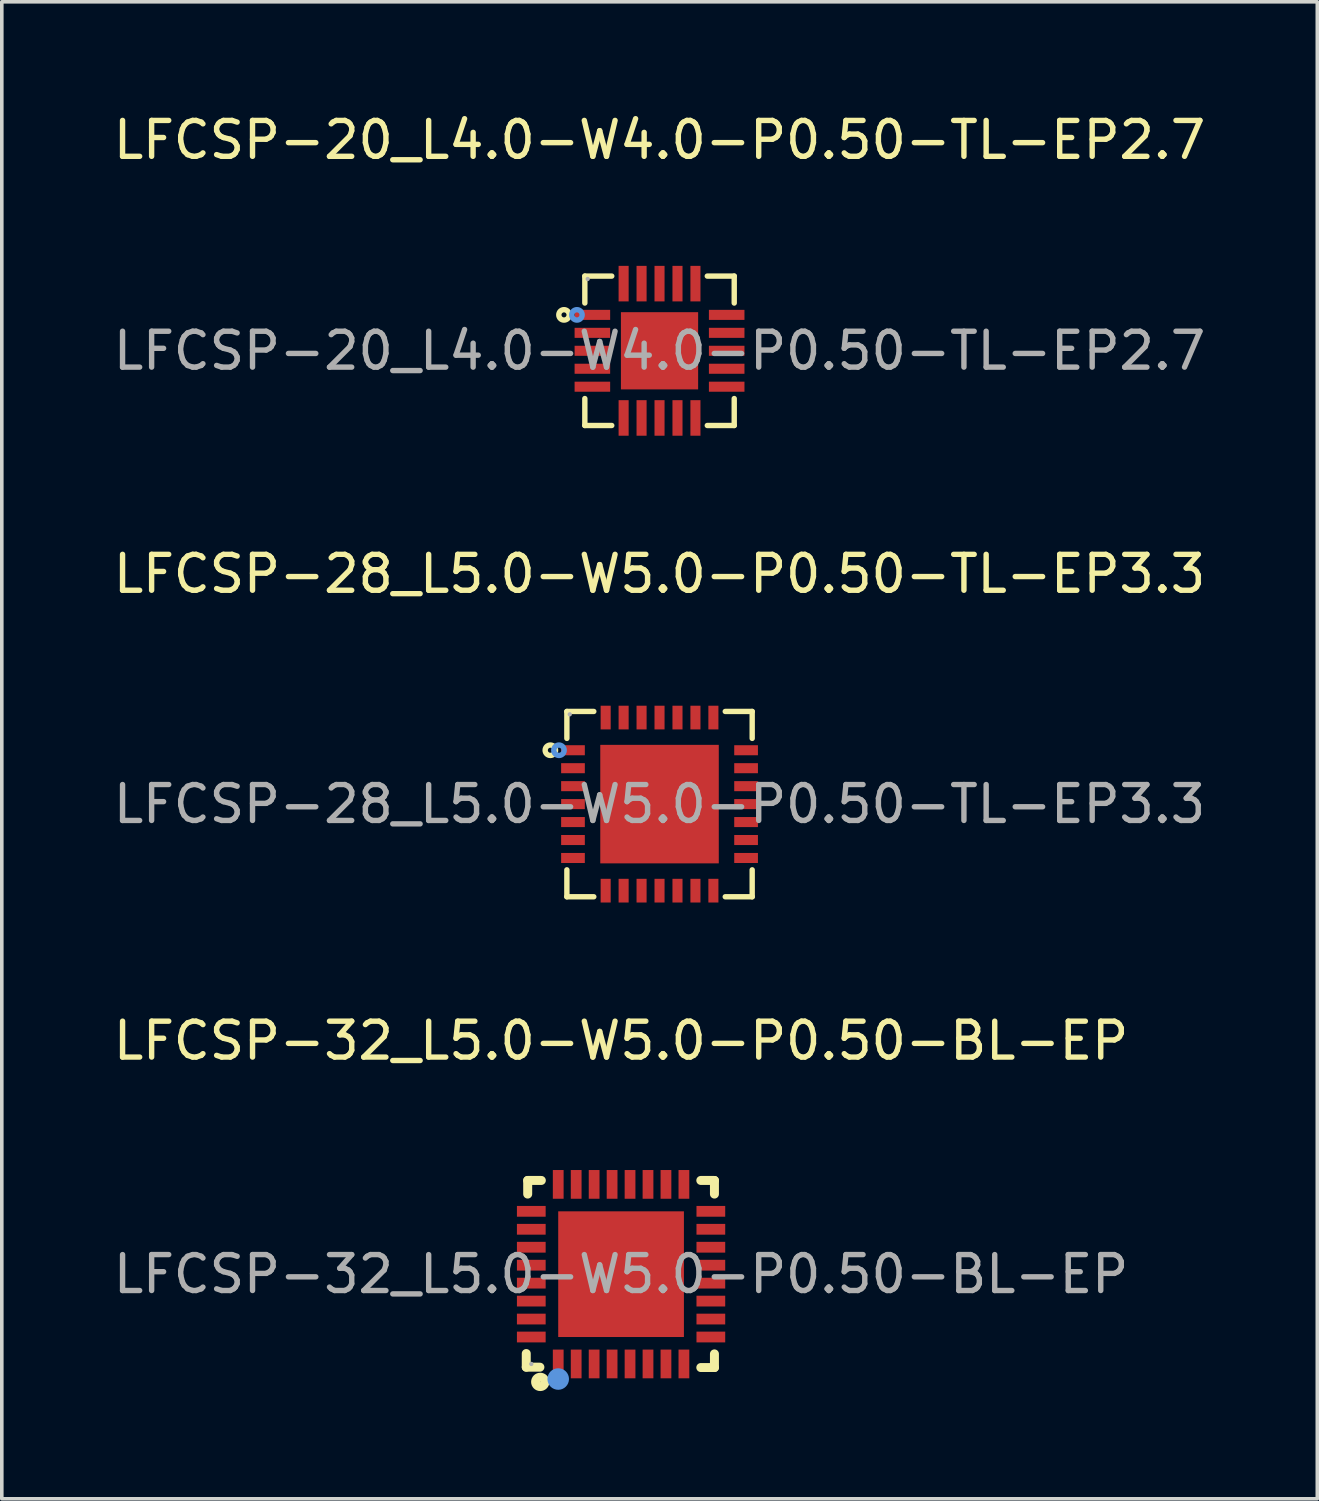
<source format=kicad_pcb>
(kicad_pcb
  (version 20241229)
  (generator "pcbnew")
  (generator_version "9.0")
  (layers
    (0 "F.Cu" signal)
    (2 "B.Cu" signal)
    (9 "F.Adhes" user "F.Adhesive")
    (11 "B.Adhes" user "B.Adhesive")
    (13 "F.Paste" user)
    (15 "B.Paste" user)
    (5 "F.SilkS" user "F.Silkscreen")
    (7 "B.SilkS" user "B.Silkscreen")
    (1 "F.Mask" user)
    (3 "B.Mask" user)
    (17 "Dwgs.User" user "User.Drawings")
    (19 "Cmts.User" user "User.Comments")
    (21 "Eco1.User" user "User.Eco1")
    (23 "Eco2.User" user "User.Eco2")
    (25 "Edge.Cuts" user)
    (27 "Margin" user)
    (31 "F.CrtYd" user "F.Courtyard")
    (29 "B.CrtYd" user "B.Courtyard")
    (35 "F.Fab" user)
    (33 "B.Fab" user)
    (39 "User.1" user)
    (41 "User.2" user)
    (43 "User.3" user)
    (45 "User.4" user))
  (footprint "LFCSP-32_L5.0-W5.0-P0.50-BL-EP"
    (layer "F.Cu")
    (at 14.244 32.43)
    (property "Reference" "LFCSP-32_L5.0-W5.0-P0.50-BL-EP" (at 0 -6.5 0) (layer "F.SilkS") (effects (font (size 1 1) (thickness 0.15))))
    (attr through_hole)
    (fp_line (start -2.64 2.21) (end -2.64 2.59) (stroke (width 0.25) (type solid)) (layer "F.SilkS"))
    (fp_line (start -2.64 2.59) (end -2.26 2.59) (stroke (width 0.25) (type solid)) (layer "F.SilkS"))
    (fp_line (start -2.6 -2.61) (end -2.6 -2.23) (stroke (width 0.25) (type solid)) (layer "F.SilkS"))
    (fp_line (start -2.22 -2.61) (end -2.6 -2.61) (stroke (width 0.25) (type solid)) (layer "F.SilkS"))
    (fp_line (start 2.22 2.6) (end 2.6 2.6) (stroke (width 0.25) (type solid)) (layer "F.SilkS"))
    (fp_line (start 2.6 -2.61) (end 2.22 -2.61) (stroke (width 0.25) (type solid)) (layer "F.SilkS"))
    (fp_line (start 2.6 -2.23) (end 2.6 -2.61) (stroke (width 0.25) (type solid)) (layer "F.SilkS"))
    (fp_line (start 2.6 2.6) (end 2.6 2.22) (stroke (width 0.25) (type solid)) (layer "F.SilkS"))
    (fp_circle (center -2.25 3) (end -2.12 3) (stroke (width 0.25) (type solid)) (fill no) (layer "F.SilkS"))
    (fp_circle (center -1.75 2.92) (end -1.6 2.92) (stroke (width 0.3) (type solid)) (fill no) (layer "Cmts.User"))
    (fp_circle (center -2.5 2.5) (end -2.47 2.5) (stroke (width 0.06) (type solid)) (fill no) (layer "F.Fab"))
    (fp_text user "${REFERENCE}" (at 0 0 0) (layer "F.Fab") (effects (font (size 1 1) (thickness 0.15))))
    (pad "1" smd rect (at -1.75 2.5 90) (size 0.8 0.3) (layers "F.Cu" "F.Mask" "F.Paste"))
    (pad "2" smd rect (at -1.25 2.5 90) (size 0.8 0.3) (layers "F.Cu" "F.Mask" "F.Paste"))
    (pad "3" smd rect (at -0.75 2.5 90) (size 0.8 0.3) (layers "F.Cu" "F.Mask" "F.Paste"))
    (pad "4" smd rect (at -0.25 2.5 90) (size 0.8 0.3) (layers "F.Cu" "F.Mask" "F.Paste"))
    (pad "5" smd rect (at 0.25 2.5 90) (size 0.8 0.3) (layers "F.Cu" "F.Mask" "F.Paste"))
    (pad "6" smd rect (at 0.75 2.5 90) (size 0.8 0.3) (layers "F.Cu" "F.Mask" "F.Paste"))
    (pad "7" smd rect (at 1.25 2.5 90) (size 0.8 0.3) (layers "F.Cu" "F.Mask" "F.Paste"))
    (pad "8" smd rect (at 1.75 2.5 90) (size 0.8 0.3) (layers "F.Cu" "F.Mask" "F.Paste"))
    (pad "9" smd rect (at 2.5 1.75 180) (size 0.8 0.3) (layers "F.Cu" "F.Mask" "F.Paste"))
    (pad "10" smd rect (at 2.5 1.25 180) (size 0.8 0.3) (layers "F.Cu" "F.Mask" "F.Paste"))
    (pad "11" smd rect (at 2.5 0.75 180) (size 0.8 0.3) (layers "F.Cu" "F.Mask" "F.Paste"))
    (pad "12" smd rect (at 2.5 0.25 180) (size 0.8 0.3) (layers "F.Cu" "F.Mask" "F.Paste"))
    (pad "13" smd rect (at 2.5 -0.25 180) (size 0.8 0.3) (layers "F.Cu" "F.Mask" "F.Paste"))
    (pad "14" smd rect (at 2.5 -0.75 180) (size 0.8 0.3) (layers "F.Cu" "F.Mask" "F.Paste"))
    (pad "15" smd rect (at 2.5 -1.25 180) (size 0.8 0.3) (layers "F.Cu" "F.Mask" "F.Paste"))
    (pad "16" smd rect (at 2.5 -1.75 180) (size 0.8 0.3) (layers "F.Cu" "F.Mask" "F.Paste"))
    (pad "17" smd rect (at 1.75 -2.5 270) (size 0.8 0.3) (layers "F.Cu" "F.Mask" "F.Paste"))
    (pad "18" smd rect (at 1.25 -2.5 270) (size 0.8 0.3) (layers "F.Cu" "F.Mask" "F.Paste"))
    (pad "19" smd rect (at 0.75 -2.5 270) (size 0.8 0.3) (layers "F.Cu" "F.Mask" "F.Paste"))
    (pad "20" smd rect (at 0.25 -2.5 270) (size 0.8 0.3) (layers "F.Cu" "F.Mask" "F.Paste"))
    (pad "21" smd rect (at -0.25 -2.5 270) (size 0.8 0.3) (layers "F.Cu" "F.Mask" "F.Paste"))
    (pad "22" smd rect (at -0.75 -2.5 270) (size 0.8 0.3) (layers "F.Cu" "F.Mask" "F.Paste"))
    (pad "23" smd rect (at -1.25 -2.5 270) (size 0.8 0.3) (layers "F.Cu" "F.Mask" "F.Paste"))
    (pad "24" smd rect (at -1.75 -2.5 270) (size 0.8 0.3) (layers "F.Cu" "F.Mask" "F.Paste"))
    (pad "25" smd rect (at -2.5 -1.75) (size 0.8 0.3) (layers "F.Cu" "F.Mask" "F.Paste"))
    (pad "26" smd rect (at -2.5 -1.25) (size 0.8 0.3) (layers "F.Cu" "F.Mask" "F.Paste"))
    (pad "27" smd rect (at -2.5 -0.75) (size 0.8 0.3) (layers "F.Cu" "F.Mask" "F.Paste"))
    (pad "28" smd rect (at -2.5 -0.25) (size 0.8 0.3) (layers "F.Cu" "F.Mask" "F.Paste"))
    (pad "29" smd rect (at -2.5 0.25) (size 0.8 0.3) (layers "F.Cu" "F.Mask" "F.Paste"))
    (pad "30" smd rect (at -2.5 0.75) (size 0.8 0.3) (layers "F.Cu" "F.Mask" "F.Paste"))
    (pad "31" smd rect (at -2.5 1.25) (size 0.8 0.3) (layers "F.Cu" "F.Mask" "F.Paste"))
    (pad "32" smd rect (at -2.5 1.75) (size 0.8 0.3) (layers "F.Cu" "F.Mask" "F.Paste"))
    (pad "33" smd rect (at 0 0 90) (size 3.5 3.5) (layers "F.Cu" "F.Mask" "F.Paste")))
  (footprint "LFCSP-20_L4.0-W4.0-P0.50-TL-EP2.7"
    (layer "F.Cu")
    (at 15.315 6.718)
    (property "Reference" "LFCSP-20_L4.0-W4.0-P0.50-TL-EP2.7" (at 0 -5.87 0) (layer "F.SilkS") (effects (font (size 1 1) (thickness 0.15))))
    (attr through_hole)
    (fp_line (start -2.08 -2.08) (end -2.08 -1.33) (stroke (width 0.15) (type solid)) (layer "F.SilkS"))
    (fp_line (start -2.08 2.08) (end -2.08 1.33) (stroke (width 0.15) (type solid)) (layer "F.SilkS"))
    (fp_line (start -1.33 -2.08) (end -2.08 -2.08) (stroke (width 0.15) (type solid)) (layer "F.SilkS"))
    (fp_line (start -1.33 2.08) (end -2.08 2.08) (stroke (width 0.15) (type solid)) (layer "F.SilkS"))
    (fp_line (start 1.33 -2.08) (end 2.08 -2.08) (stroke (width 0.15) (type solid)) (layer "F.SilkS"))
    (fp_line (start 1.33 2.08) (end 2.08 2.08) (stroke (width 0.15) (type solid)) (layer "F.SilkS"))
    (fp_line (start 2.08 -2.08) (end 2.08 -1.33) (stroke (width 0.15) (type solid)) (layer "F.SilkS"))
    (fp_line (start 2.08 2.08) (end 2.08 1.33) (stroke (width 0.15) (type solid)) (layer "F.SilkS"))
    (fp_circle (center -2.66 -1) (end -2.59 -1) (stroke (width 0.15) (type solid)) (fill no) (layer "F.SilkS"))
    (fp_circle (center -2.3 -1) (end -2.23 -1) (stroke (width 0.15) (type solid)) (fill no) (layer "Cmts.User"))
    (fp_circle (center -2 -2) (end -1.97 -2) (stroke (width 0.06) (type solid)) (fill no) (layer "F.Fab"))
    (fp_text user "${REFERENCE}" (at 0 0 0) (layer "F.Fab") (effects (font (size 1 1) (thickness 0.15))))
    (pad "1" smd rect (at -1.87 -1) (size 0.99 0.28) (layers "F.Cu" "F.Mask" "F.Paste"))
    (pad "2" smd rect (at -1.87 -0.5) (size 0.99 0.28) (layers "F.Cu" "F.Mask" "F.Paste"))
    (pad "3" smd rect (at -1.87 0) (size 0.99 0.28) (layers "F.Cu" "F.Mask" "F.Paste"))
    (pad "4" smd rect (at -1.87 0.5) (size 0.99 0.28) (layers "F.Cu" "F.Mask" "F.Paste"))
    (pad "5" smd rect (at -1.87 1) (size 0.99 0.28) (layers "F.Cu" "F.Mask" "F.Paste"))
    (pad "6" smd rect (at -1 1.87) (size 0.28 0.99) (layers "F.Cu" "F.Mask" "F.Paste"))
    (pad "7" smd rect (at -0.5 1.87) (size 0.28 0.99) (layers "F.Cu" "F.Mask" "F.Paste"))
    (pad "8" smd rect (at 0 1.87) (size 0.28 0.99) (layers "F.Cu" "F.Mask" "F.Paste"))
    (pad "9" smd rect (at 0.5 1.87) (size 0.28 0.99) (layers "F.Cu" "F.Mask" "F.Paste"))
    (pad "10" smd rect (at 1 1.87) (size 0.28 0.99) (layers "F.Cu" "F.Mask" "F.Paste"))
    (pad "11" smd rect (at 1.87 1) (size 0.99 0.28) (layers "F.Cu" "F.Mask" "F.Paste"))
    (pad "12" smd rect (at 1.87 0.5) (size 0.99 0.28) (layers "F.Cu" "F.Mask" "F.Paste"))
    (pad "13" smd rect (at 1.87 0) (size 0.99 0.28) (layers "F.Cu" "F.Mask" "F.Paste"))
    (pad "14" smd rect (at 1.87 -0.5) (size 0.99 0.28) (layers "F.Cu" "F.Mask" "F.Paste"))
    (pad "15" smd rect (at 1.87 -1) (size 0.99 0.28) (layers "F.Cu" "F.Mask" "F.Paste"))
    (pad "16" smd rect (at 1 -1.87) (size 0.28 0.99) (layers "F.Cu" "F.Mask" "F.Paste"))
    (pad "17" smd rect (at 0.5 -1.87) (size 0.28 0.99) (layers "F.Cu" "F.Mask" "F.Paste"))
    (pad "18" smd rect (at 0 -1.87) (size 0.28 0.99) (layers "F.Cu" "F.Mask" "F.Paste"))
    (pad "19" smd rect (at -0.5 -1.87) (size 0.28 0.99) (layers "F.Cu" "F.Mask" "F.Paste"))
    (pad "20" smd rect (at -1 -1.87) (size 0.28 0.99) (layers "F.Cu" "F.Mask" "F.Paste"))
    (pad "21" smd rect (at 0 0) (size 2.15 2.15) (layers "F.Cu" "F.Mask" "F.Paste")))
  (footprint "LFCSP-28_L5.0-W5.0-P0.50-TL-EP3.3"
    (layer "F.Cu")
    (at 15.315 19.341)
    (property "Reference" "LFCSP-28_L5.0-W5.0-P0.50-TL-EP3.3" (at 0 -6.41 0) (layer "F.SilkS") (effects (font (size 1 1) (thickness 0.15))))
    (attr through_hole)
    (fp_line (start -2.58 -2.58) (end -2.58 -1.83) (stroke (width 0.15) (type solid)) (layer "F.SilkS"))
    (fp_line (start -2.58 2.58) (end -2.58 1.83) (stroke (width 0.15) (type solid)) (layer "F.SilkS"))
    (fp_line (start -1.83 -2.58) (end -2.58 -2.58) (stroke (width 0.15) (type solid)) (layer "F.SilkS"))
    (fp_line (start -1.83 2.58) (end -2.58 2.58) (stroke (width 0.15) (type solid)) (layer "F.SilkS"))
    (fp_line (start 1.83 -2.58) (end 2.58 -2.58) (stroke (width 0.15) (type solid)) (layer "F.SilkS"))
    (fp_line (start 1.83 2.58) (end 2.58 2.58) (stroke (width 0.15) (type solid)) (layer "F.SilkS"))
    (fp_line (start 2.58 -2.58) (end 2.58 -1.83) (stroke (width 0.15) (type solid)) (layer "F.SilkS"))
    (fp_line (start 2.58 2.58) (end 2.58 1.83) (stroke (width 0.15) (type solid)) (layer "F.SilkS"))
    (fp_circle (center -3.04 -1.5) (end -2.97 -1.5) (stroke (width 0.15) (type solid)) (fill no) (layer "F.SilkS"))
    (fp_circle (center -2.8 -1.5) (end -2.73 -1.5) (stroke (width 0.15) (type solid)) (fill no) (layer "Cmts.User"))
    (fp_circle (center -2.5 -2.5) (end -2.47 -2.5) (stroke (width 0.06) (type solid)) (fill no) (layer "F.Fab"))
    (fp_text user "${REFERENCE}" (at 0 0 0) (layer "F.Fab") (effects (font (size 1 1) (thickness 0.15))))
    (pad "1" smd rect (at -2.41 -1.5) (size 0.66 0.28) (layers "F.Cu" "F.Mask" "F.Paste"))
    (pad "2" smd rect (at -2.41 -1) (size 0.66 0.28) (layers "F.Cu" "F.Mask" "F.Paste"))
    (pad "3" smd rect (at -2.41 -0.5) (size 0.66 0.28) (layers "F.Cu" "F.Mask" "F.Paste"))
    (pad "4" smd rect (at -2.41 0) (size 0.66 0.28) (layers "F.Cu" "F.Mask" "F.Paste"))
    (pad "5" smd rect (at -2.41 0.5) (size 0.66 0.28) (layers "F.Cu" "F.Mask" "F.Paste"))
    (pad "6" smd rect (at -2.41 1) (size 0.66 0.28) (layers "F.Cu" "F.Mask" "F.Paste"))
    (pad "7" smd rect (at -2.41 1.5) (size 0.66 0.28) (layers "F.Cu" "F.Mask" "F.Paste"))
    (pad "8" smd rect (at -1.5 2.41) (size 0.28 0.66) (layers "F.Cu" "F.Mask" "F.Paste"))
    (pad "9" smd rect (at -1 2.41) (size 0.28 0.66) (layers "F.Cu" "F.Mask" "F.Paste"))
    (pad "10" smd rect (at -0.5 2.41) (size 0.28 0.66) (layers "F.Cu" "F.Mask" "F.Paste"))
    (pad "11" smd rect (at 0 2.41) (size 0.28 0.66) (layers "F.Cu" "F.Mask" "F.Paste"))
    (pad "12" smd rect (at 0.5 2.41) (size 0.28 0.66) (layers "F.Cu" "F.Mask" "F.Paste"))
    (pad "13" smd rect (at 1 2.41) (size 0.28 0.66) (layers "F.Cu" "F.Mask" "F.Paste"))
    (pad "14" smd rect (at 1.5 2.41) (size 0.28 0.66) (layers "F.Cu" "F.Mask" "F.Paste"))
    (pad "15" smd rect (at 2.41 1.5) (size 0.66 0.28) (layers "F.Cu" "F.Mask" "F.Paste"))
    (pad "16" smd rect (at 2.41 1) (size 0.66 0.28) (layers "F.Cu" "F.Mask" "F.Paste"))
    (pad "17" smd rect (at 2.41 0.5) (size 0.66 0.28) (layers "F.Cu" "F.Mask" "F.Paste"))
    (pad "18" smd rect (at 2.41 0) (size 0.66 0.28) (layers "F.Cu" "F.Mask" "F.Paste"))
    (pad "19" smd rect (at 2.41 -0.5) (size 0.66 0.28) (layers "F.Cu" "F.Mask" "F.Paste"))
    (pad "20" smd rect (at 2.41 -1) (size 0.66 0.28) (layers "F.Cu" "F.Mask" "F.Paste"))
    (pad "21" smd rect (at 2.41 -1.5) (size 0.66 0.28) (layers "F.Cu" "F.Mask" "F.Paste"))
    (pad "22" smd rect (at 1.5 -2.41) (size 0.28 0.66) (layers "F.Cu" "F.Mask" "F.Paste"))
    (pad "23" smd rect (at 1 -2.41) (size 0.28 0.66) (layers "F.Cu" "F.Mask" "F.Paste"))
    (pad "24" smd rect (at 0.5 -2.41) (size 0.28 0.66) (layers "F.Cu" "F.Mask" "F.Paste"))
    (pad "25" smd rect (at 0 -2.41) (size 0.28 0.66) (layers "F.Cu" "F.Mask" "F.Paste"))
    (pad "26" smd rect (at -0.5 -2.41) (size 0.28 0.66) (layers "F.Cu" "F.Mask" "F.Paste"))
    (pad "27" smd rect (at -1 -2.41) (size 0.28 0.66) (layers "F.Cu" "F.Mask" "F.Paste"))
    (pad "28" smd rect (at -1.5 -2.41) (size 0.28 0.66) (layers "F.Cu" "F.Mask" "F.Paste"))
    (pad "29" smd rect (at 0 0) (size 3.3 3.3) (layers "F.Cu" "F.Mask" "F.Paste")))
  (gr_rect
    (start -3 -3)
    (end 33.631 38.685)
    (stroke (width 0.1) (type default))
    (fill no)
    (layer "Edge.Cuts")))
</source>
